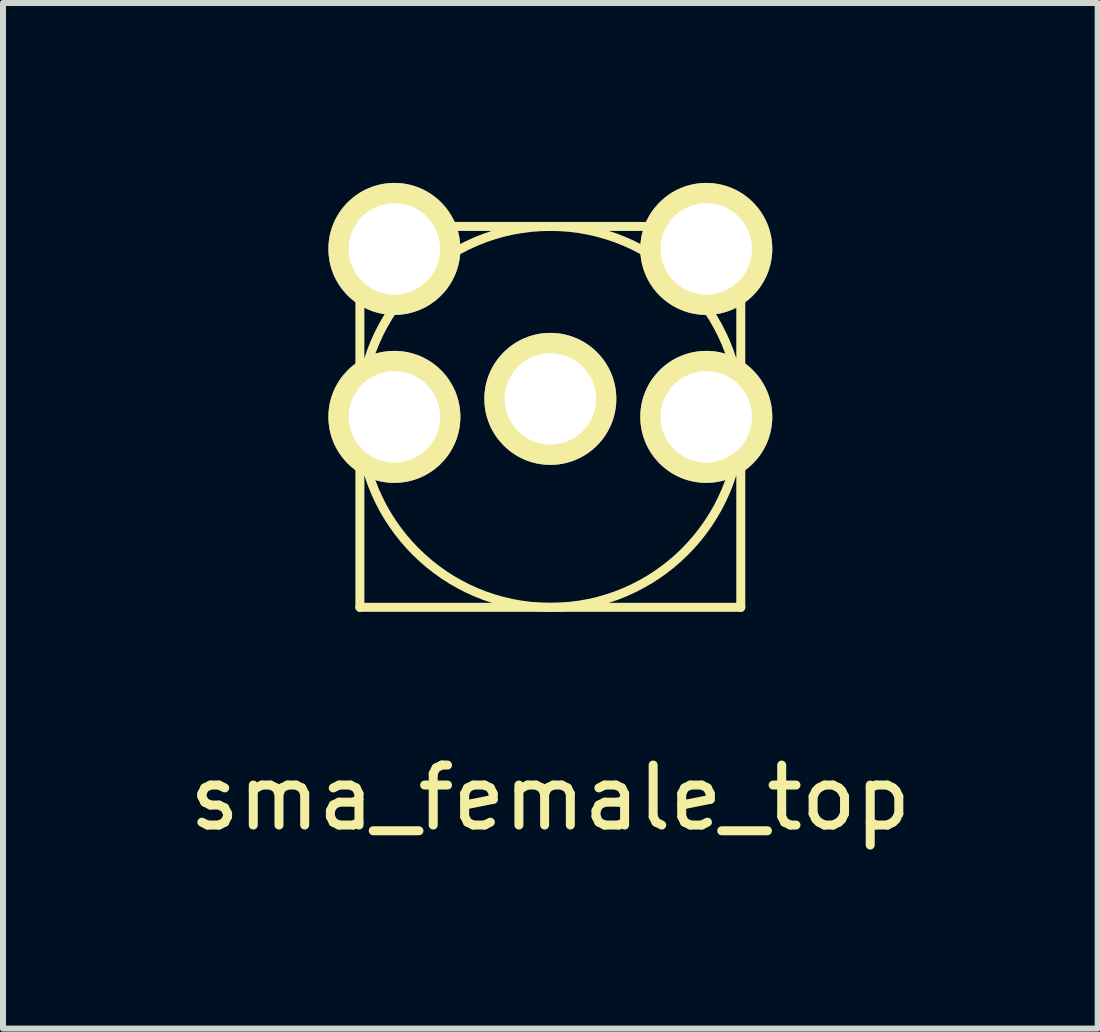
<source format=kicad_pcb>
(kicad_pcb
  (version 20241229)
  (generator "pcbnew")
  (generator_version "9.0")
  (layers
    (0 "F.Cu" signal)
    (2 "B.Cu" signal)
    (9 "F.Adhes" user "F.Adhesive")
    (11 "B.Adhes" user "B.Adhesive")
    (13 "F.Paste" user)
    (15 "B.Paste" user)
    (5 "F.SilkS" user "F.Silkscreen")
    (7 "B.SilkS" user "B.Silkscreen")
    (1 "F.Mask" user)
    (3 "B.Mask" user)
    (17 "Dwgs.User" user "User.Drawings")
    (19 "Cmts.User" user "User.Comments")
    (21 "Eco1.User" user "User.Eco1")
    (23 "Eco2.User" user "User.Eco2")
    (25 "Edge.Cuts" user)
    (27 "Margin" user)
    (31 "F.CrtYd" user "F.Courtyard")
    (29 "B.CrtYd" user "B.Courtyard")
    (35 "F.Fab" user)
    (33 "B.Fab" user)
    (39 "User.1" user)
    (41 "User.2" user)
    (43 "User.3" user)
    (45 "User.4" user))
  (footprint "sma_female_top"
    (placed yes)
    (layer "F.Cu")
    (at 6.125 3.9)
    (property "Reference" "sma_female_top" (at 0 6.35 0) (layer "F.SilkS") (effects (font (size 1 1) (thickness 0.15))))
    (attr through_hole)
    (fp_line (start -3.175 -3.175) (end -3.175 3.175) (stroke (width 0.15) (type solid)) (layer "F.SilkS"))
    (fp_line (start -3.175 3.175) (end 3.175 3.175) (stroke (width 0.15) (type solid)) (layer "F.SilkS"))
    (fp_line (start 3.175 -3.175) (end -3.175 -3.175) (stroke (width 0.15) (type solid)) (layer "F.SilkS"))
    (fp_line (start 3.175 3.175) (end 3.175 -3.175) (stroke (width 0.15) (type solid)) (layer "F.SilkS"))
    (fp_circle (center 0 0) (end 0 -3.175) (stroke (width 0.15) (type solid)) (fill no) (layer "F.SilkS"))
    (pad "1" thru_hole circle (at 0 -0.3) (size 2.2 2.2) (drill 1.524) (layers "*.Cu" "*.Mask" "F.SilkS"))
    (pad "2" thru_hole circle (at -2.6 0) (size 2.2 2.2) (drill 1.524) (layers "*.Cu" "*.Mask" "F.SilkS"))
    (pad "3" thru_hole circle (at -2.6 -2.8) (size 2.2 2.2) (drill 1.524) (layers "*.Cu" "*.Mask" "F.SilkS"))
    (pad "4" thru_hole circle (at 2.6 -2.8) (size 2.2 2.2) (drill 1.524) (layers "*.Cu" "*.Mask" "F.SilkS"))
    (pad "5" thru_hole circle (at 2.6 0) (size 2.2 2.2) (drill 1.524) (layers "*.Cu" "*.Mask" "F.SilkS")))
  (gr_rect
    (start -3 -3)
    (end 15.25 14.098)
    (stroke (width 0.1) (type default))
    (fill no)
    (layer "Edge.Cuts")))
</source>
